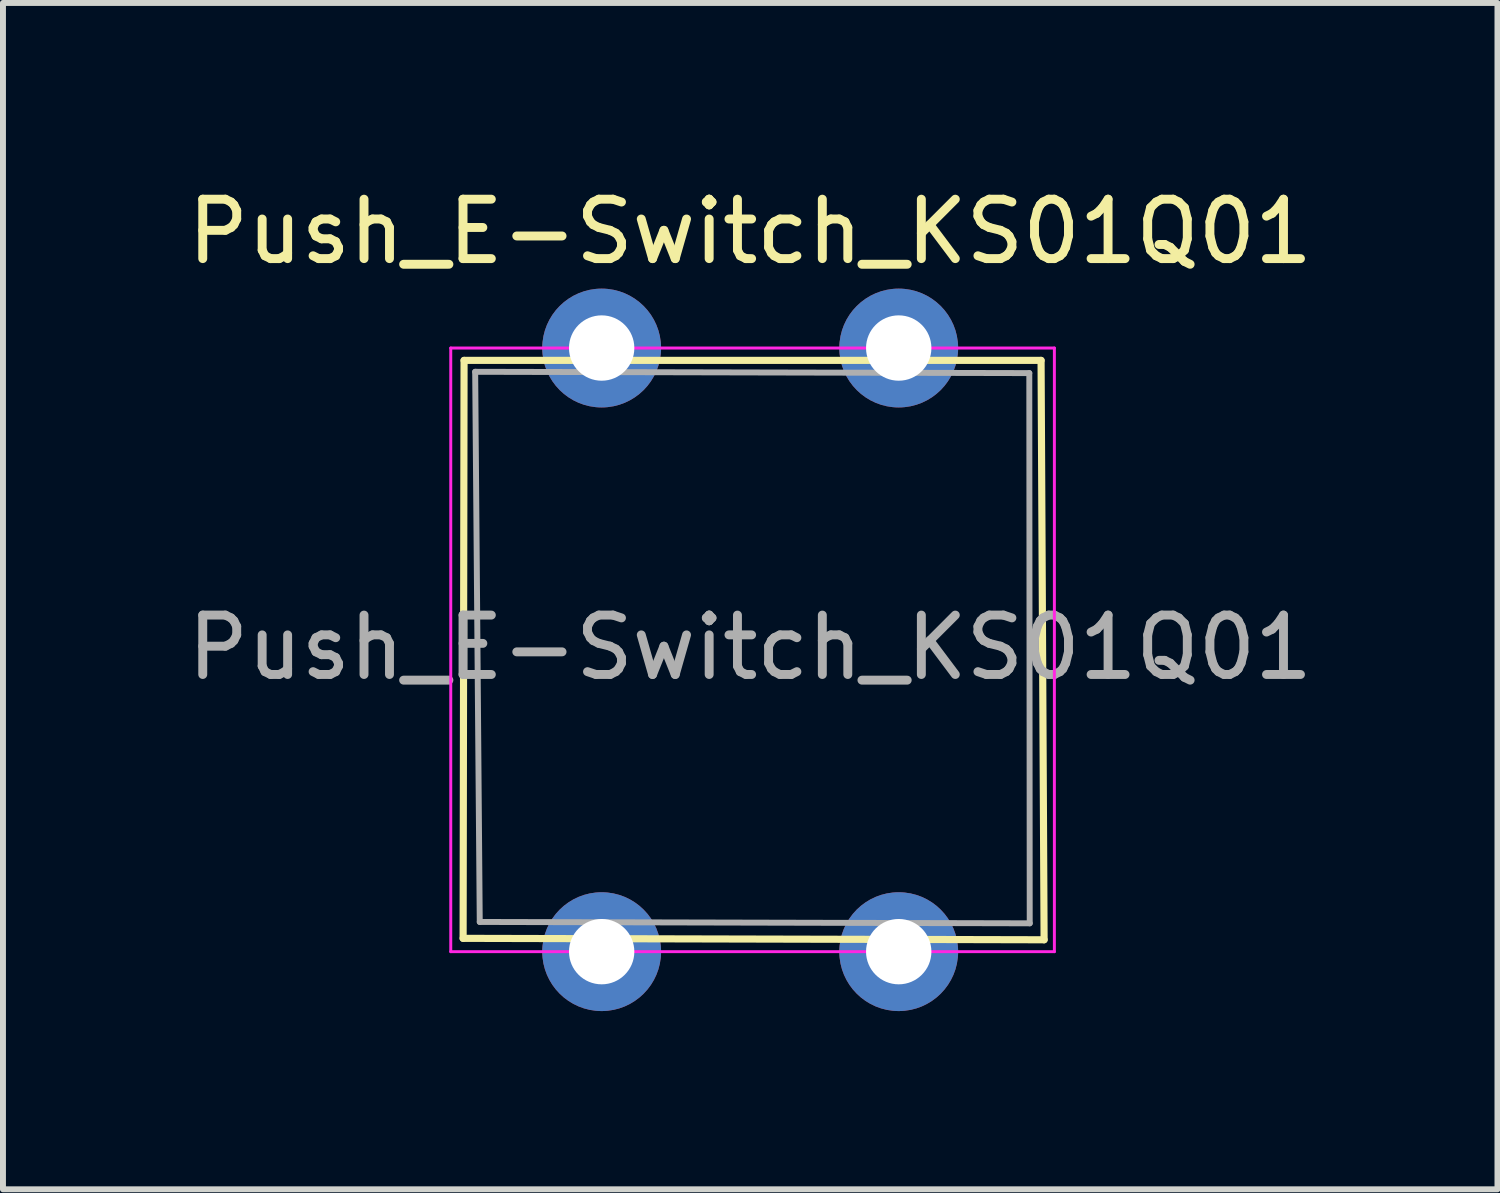
<source format=kicad_pcb>
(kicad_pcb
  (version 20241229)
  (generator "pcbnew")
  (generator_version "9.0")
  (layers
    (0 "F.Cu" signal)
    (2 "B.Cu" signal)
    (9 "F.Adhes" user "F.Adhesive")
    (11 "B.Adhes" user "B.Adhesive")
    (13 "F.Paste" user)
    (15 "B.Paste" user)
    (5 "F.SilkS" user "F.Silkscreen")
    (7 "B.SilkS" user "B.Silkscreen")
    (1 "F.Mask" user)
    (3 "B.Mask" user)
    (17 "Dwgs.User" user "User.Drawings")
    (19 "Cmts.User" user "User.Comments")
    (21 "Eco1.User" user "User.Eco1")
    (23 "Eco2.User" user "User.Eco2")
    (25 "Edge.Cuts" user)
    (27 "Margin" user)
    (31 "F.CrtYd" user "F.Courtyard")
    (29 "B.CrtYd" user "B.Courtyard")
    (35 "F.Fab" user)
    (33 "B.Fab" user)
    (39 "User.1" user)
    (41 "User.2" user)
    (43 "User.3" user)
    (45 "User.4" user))
  (footprint "Push_E-Switch_KS01Q01"
    (layer "F.Cu")
    (at 7.077 5.348)
    (property "Reference" "Push_E-Switch_KS01Q01" (at 2.5 -4.5 0) (layer "F.SilkS") (effects (font (size 1 1) (thickness 0.15))))
    (attr through_hole)
    (fp_line (start -2.332 7.396) (end -2.316 -2.332) (stroke (width 0.12) (type solid)) (layer "F.SilkS"))
    (fp_line (start -2.316 -2.332) (end 7.396 -2.332) (stroke (width 0.12) (type solid)) (layer "F.SilkS"))
    (fp_line (start 7.396 -2.332) (end 7.447 7.42) (stroke (width 0.12) (type solid)) (layer "F.SilkS"))
    (fp_line (start 7.447 7.42) (end -2.332 7.396) (stroke (width 0.12) (type solid)) (layer "F.SilkS"))
    (fp_line (start -2.54 -2.54) (end -2.54 7.62) (stroke (width 0.05) (type solid)) (layer "F.CrtYd"))
    (fp_line (start -2.54 7.62) (end 7.62 7.62) (stroke (width 0.05) (type solid)) (layer "F.CrtYd"))
    (fp_line (start 7.62 -2.54) (end -2.54 -2.54) (stroke (width 0.05) (type solid)) (layer "F.CrtYd"))
    (fp_line (start 7.62 7.62) (end 7.62 -2.54) (stroke (width 0.05) (type solid)) (layer "F.CrtYd"))
    (fp_line (start -2.129 -2.14) (end 7.198 -2.118) (stroke (width 0.1) (type solid)) (layer "F.Fab"))
    (fp_line (start -2.052 7.12) (end -2.129 -2.14) (stroke (width 0.1) (type solid)) (layer "F.Fab"))
    (fp_line (start 7.198 -2.118) (end 7.205 7.143) (stroke (width 0.1) (type solid)) (layer "F.Fab"))
    (fp_line (start 7.205 7.143) (end -2.052 7.12) (stroke (width 0.1) (type solid)) (layer "F.Fab"))
    (fp_text user "${REFERENCE}" (at 2.5 2.5 0) (layer "F.Fab") (effects (font (size 1 1) (thickness 0.15))))
    (pad "1" thru_hole circle (at 0 -2.54) (size 2 2) (drill 1.1) (layers "*.Cu" "*.Mask"))
    (pad "2" thru_hole circle (at 5 -2.54) (size 2 2) (drill 1.1) (layers "*.Cu" "*.Mask"))
    (pad "3" thru_hole circle (at 0 7.62) (size 2 2) (drill 1.1) (layers "*.Cu" "*.Mask"))
    (pad "4" thru_hole circle (at 5 7.62) (size 2 2) (drill 1.1) (layers "*.Cu" "*.Mask")))
  (gr_rect
    (start -3 -3)
    (end 22.155 16.968)
    (stroke (width 0.1) (type default))
    (fill no)
    (layer "Edge.Cuts")))
</source>
